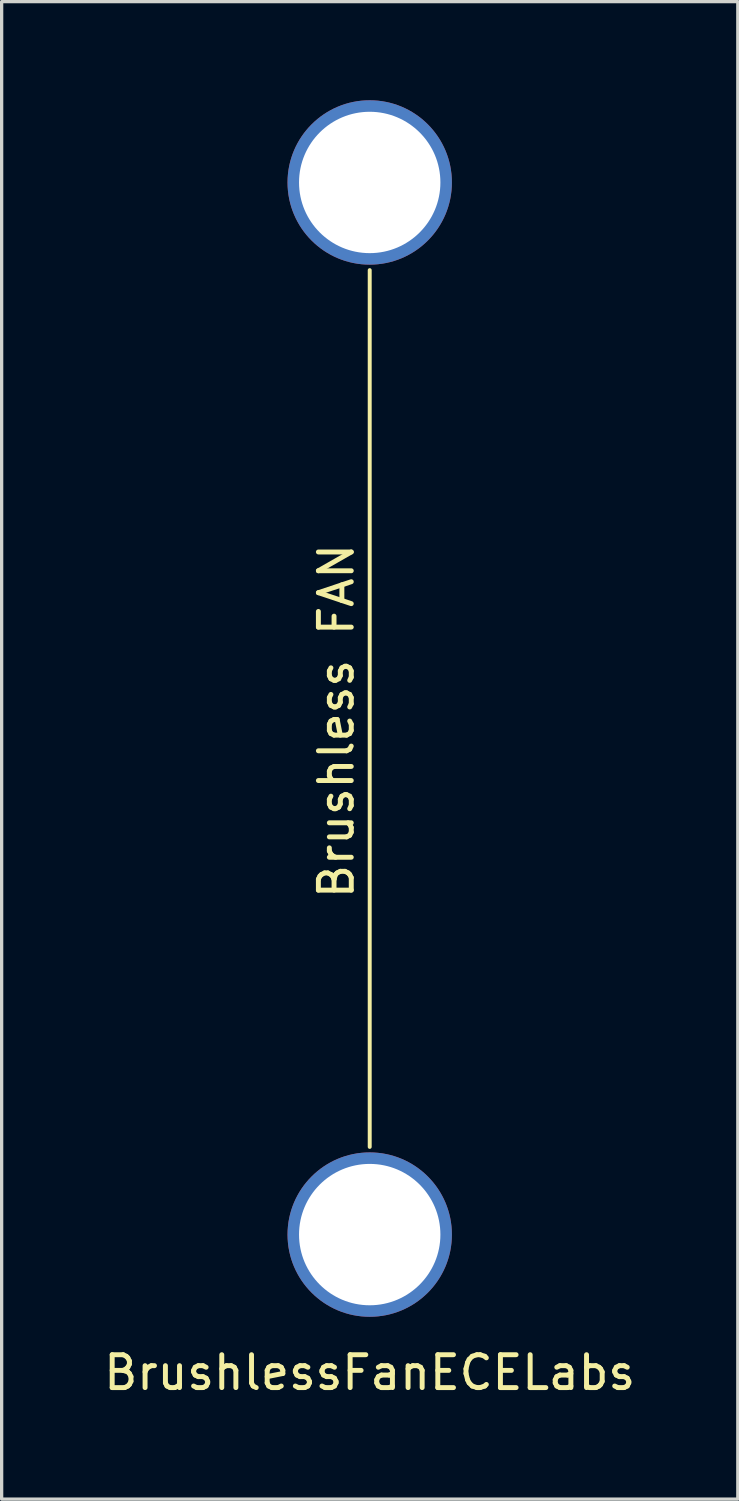
<source format=kicad_pcb>
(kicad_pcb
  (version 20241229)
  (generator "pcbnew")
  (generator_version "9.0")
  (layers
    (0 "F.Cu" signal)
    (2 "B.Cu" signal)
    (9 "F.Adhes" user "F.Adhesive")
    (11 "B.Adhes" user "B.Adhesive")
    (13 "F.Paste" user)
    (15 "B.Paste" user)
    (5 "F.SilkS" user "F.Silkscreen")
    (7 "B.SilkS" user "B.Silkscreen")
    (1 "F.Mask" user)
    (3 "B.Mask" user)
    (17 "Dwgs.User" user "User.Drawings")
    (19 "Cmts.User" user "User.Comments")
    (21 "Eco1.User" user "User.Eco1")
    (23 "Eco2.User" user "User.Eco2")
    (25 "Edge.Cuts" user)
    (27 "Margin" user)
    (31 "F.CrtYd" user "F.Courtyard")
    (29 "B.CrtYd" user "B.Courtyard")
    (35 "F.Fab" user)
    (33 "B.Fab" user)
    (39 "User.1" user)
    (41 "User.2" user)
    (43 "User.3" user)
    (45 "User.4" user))
  (footprint "BrushlessFanECELabs"
    (layer "F.Cu")
    (at 8.196 39.203)
    (property "Reference" "BrushlessFanECELabs" (at 0 -0.5 0) (unlocked yes) (layer "F.SilkS") (effects (font (size 1 1) (thickness 0.15))))
    (attr through_hole)
    (fp_line (start 0 -34.036) (end 0 -7.366) (stroke (width 0.12) (type solid)) (layer "F.SilkS"))
    (fp_text user "Brushless FAN" (at -1.016 -20.32 90) (unlocked yes) (layer "F.SilkS") (effects (font (size 1 1) (thickness 0.15))))
    (pad "" np_thru_hole circle (at 0 -36.703) (size 5 5) (drill 4.3) (layers "*.Cu" "*.Mask"))
    (pad "" np_thru_hole circle (at 0 -4.699) (size 5 5) (drill 4.3) (layers "*.Cu" "*.Mask")))
  (gr_rect
    (start -3 -3)
    (end 19.393 42.551)
    (stroke (width 0.1) (type default))
    (fill no)
    (layer "Edge.Cuts")))
</source>
